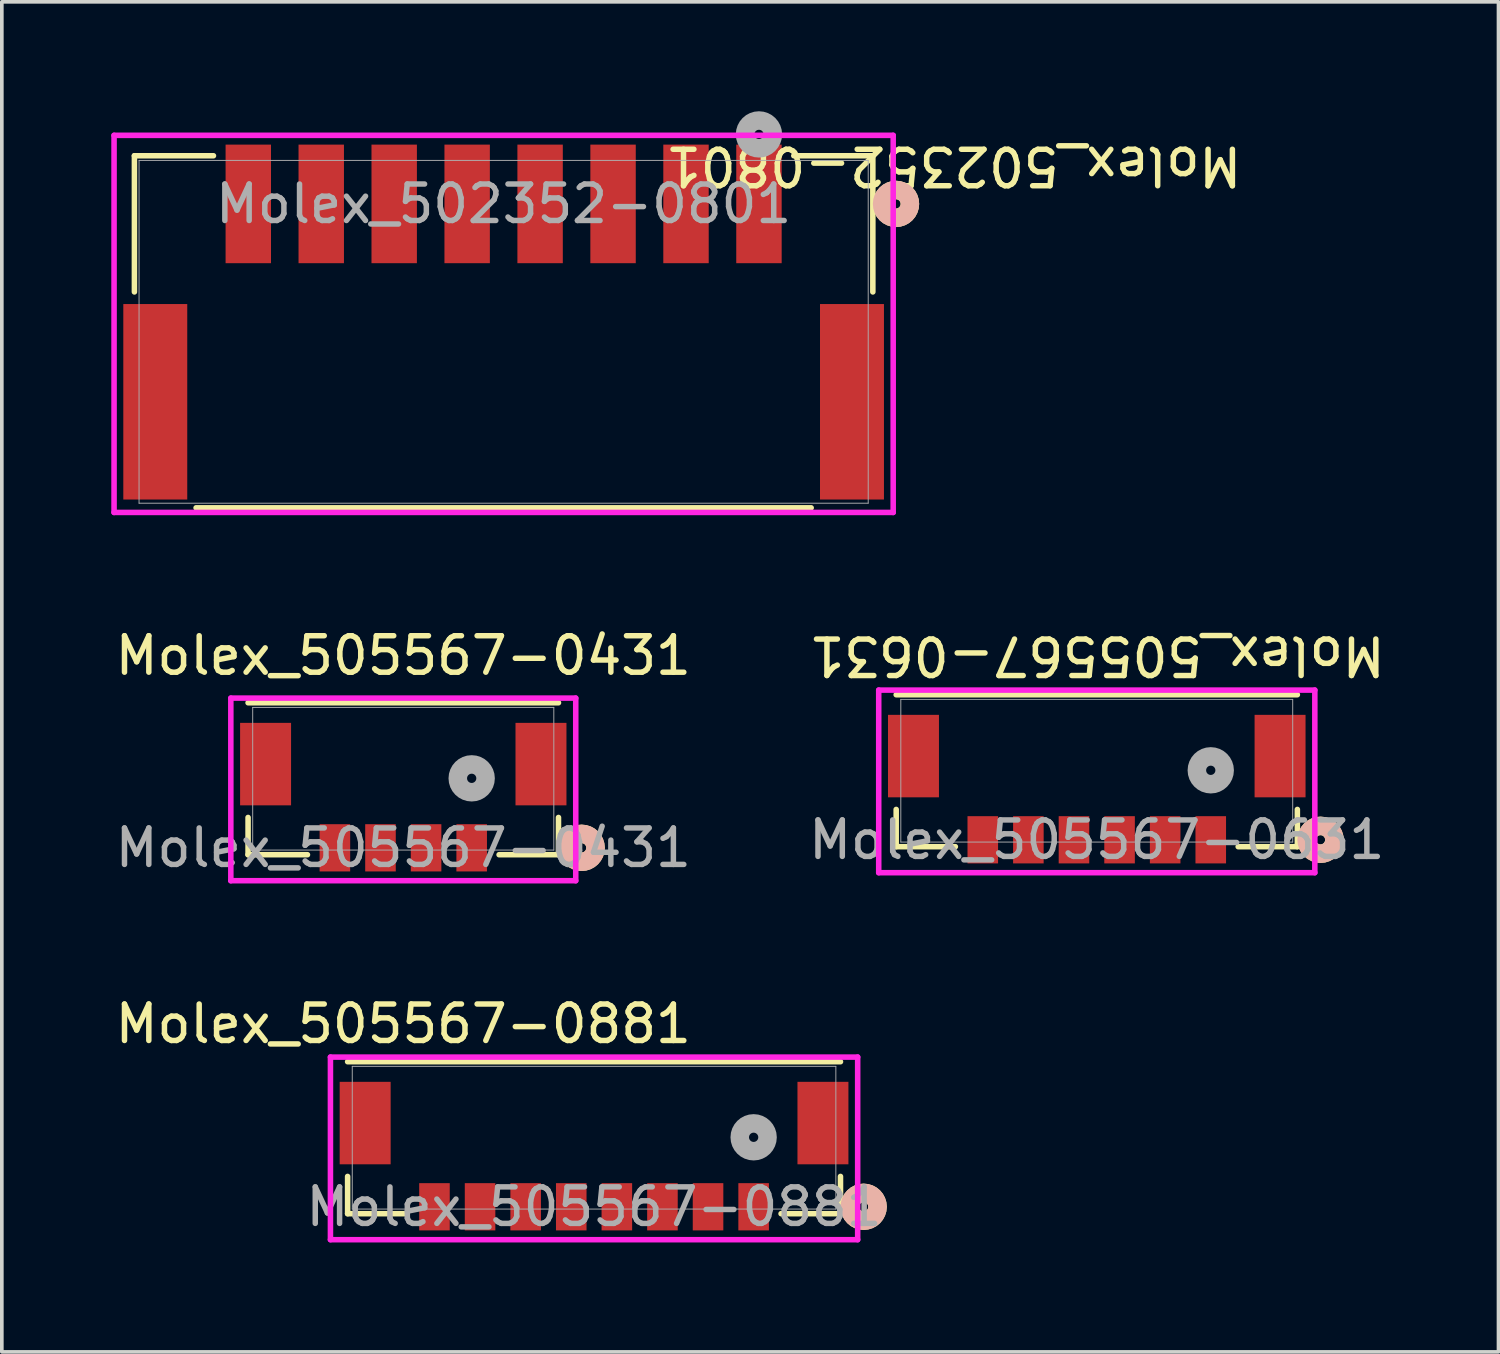
<source format=kicad_pcb>
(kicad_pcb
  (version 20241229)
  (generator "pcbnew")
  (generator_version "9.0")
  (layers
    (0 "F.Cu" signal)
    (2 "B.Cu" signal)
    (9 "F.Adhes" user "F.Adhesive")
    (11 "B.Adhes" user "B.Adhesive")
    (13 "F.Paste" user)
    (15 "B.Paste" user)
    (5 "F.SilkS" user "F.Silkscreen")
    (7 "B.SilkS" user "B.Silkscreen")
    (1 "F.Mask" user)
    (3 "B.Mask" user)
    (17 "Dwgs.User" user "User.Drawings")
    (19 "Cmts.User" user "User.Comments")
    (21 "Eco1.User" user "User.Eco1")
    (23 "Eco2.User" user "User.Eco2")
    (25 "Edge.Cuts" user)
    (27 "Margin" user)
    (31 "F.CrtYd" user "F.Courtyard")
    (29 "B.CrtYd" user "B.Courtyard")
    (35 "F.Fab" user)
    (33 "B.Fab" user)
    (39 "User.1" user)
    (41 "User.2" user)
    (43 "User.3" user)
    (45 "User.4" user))
  (footprint "Molex_505567-0631"
    (layer "F.Cu")
    (at 27.018 18.079)
    (property "Reference" "Molex_505567-0631" (at 0.007 -3.155 180) (unlocked yes) (layer "F.SilkS") (effects (font (size 1 1) (thickness 0.15))))
    (attr smd)
    (fp_line (start -5.499 1.062) (end -5.499 2.083) (stroke (width 0.152) (type solid)) (layer "F.SilkS"))
    (fp_line (start -5.499 2.083) (end -3.877 2.083) (stroke (width 0.152) (type solid)) (layer "F.SilkS"))
    (fp_line (start 3.877 2.083) (end 5.499 2.083) (stroke (width 0.152) (type solid)) (layer "F.SilkS"))
    (fp_line (start 5.499 -2.083) (end -5.499 -2.083) (stroke (width 0.152) (type solid)) (layer "F.SilkS"))
    (fp_line (start 5.499 2.083) (end 5.499 1.062) (stroke (width 0.152) (type solid)) (layer "F.SilkS"))
    (fp_circle (center 6.134 1.894) (end 6.515 1.894) (stroke (width 0.508) (type solid)) (fill no) (layer "F.SilkS"))
    (fp_circle (center 6.134 1.894) (end 6.515 1.894) (stroke (width 0.508) (type solid)) (fill no) (layer "B.SilkS"))
    (fp_line (start -5.978 -2.21) (end -5.978 2.796) (stroke (width 0.152) (type solid)) (layer "F.CrtYd"))
    (fp_line (start -5.978 2.796) (end 5.978 2.796) (stroke (width 0.152) (type solid)) (layer "F.CrtYd"))
    (fp_line (start 5.978 -2.21) (end -5.978 -2.21) (stroke (width 0.152) (type solid)) (layer "F.CrtYd"))
    (fp_line (start 5.978 2.796) (end 5.978 -2.21) (stroke (width 0.152) (type solid)) (layer "F.CrtYd"))
    (fp_line (start -5.372 -1.956) (end -5.372 1.956) (stroke (width 0.025) (type solid)) (layer "F.Fab"))
    (fp_line (start -5.372 1.956) (end 5.372 1.956) (stroke (width 0.025) (type solid)) (layer "F.Fab"))
    (fp_line (start 5.372 -1.956) (end -5.372 -1.956) (stroke (width 0.025) (type solid)) (layer "F.Fab"))
    (fp_line (start 5.372 1.956) (end 5.372 -1.956) (stroke (width 0.025) (type solid)) (layer "F.Fab"))
    (fp_circle (center 3.125 -0.011) (end 3.506 -0.011) (stroke (width 0.508) (type solid)) (fill no) (layer "F.Fab"))
    (fp_text user "${REFERENCE}" (at 0 1.894 0) (unlocked yes) (layer "F.Fab") (effects (font (size 1 1) (thickness 0.15))))
    (pad "1" smd rect (at 3.125 1.894) (size 0.838 1.295) (layers "F.Cu" "F.Mask" "F.Paste"))
    (pad "2" smd rect (at 1.875 1.894) (size 0.838 1.295) (layers "F.Cu" "F.Mask" "F.Paste"))
    (pad "3" smd rect (at 0.625 1.894) (size 0.838 1.295) (layers "F.Cu" "F.Mask" "F.Paste"))
    (pad "4" smd rect (at -0.625 1.894) (size 0.838 1.295) (layers "F.Cu" "F.Mask" "F.Paste"))
    (pad "5" smd rect (at -1.875 1.894) (size 0.838 1.295) (layers "F.Cu" "F.Mask" "F.Paste"))
    (pad "6" smd rect (at -3.125 1.894) (size 0.838 1.295) (layers "F.Cu" "F.Mask" "F.Paste"))
    (pad "7" smd rect (at -5.025 -0.401) (size 1.397 2.261) (layers "F.Cu" "F.Mask" "F.Paste"))
    (pad "8" smd rect (at 5.025 -0.401) (size 1.397 2.261) (layers "F.Cu" "F.Mask" "F.Paste")))
  (footprint "Molex_505567-0881"
    (layer "F.Cu")
    (at 17.611 30.034)
    (property "Reference" "Molex_505567-0881" (at -9.605 -5.014 0) (unlocked yes) (layer "F.SilkS") (effects (font (size 1 1) (thickness 0.15))))
    (attr smd)
    (fp_line (start -11.131 -0.832) (end -11.131 0.189) (stroke (width 0.152) (type solid)) (layer "F.SilkS"))
    (fp_line (start -11.131 0.189) (end -9.502 0.189) (stroke (width 0.152) (type solid)) (layer "F.SilkS"))
    (fp_line (start 0.752 0.189) (end 2.381 0.189) (stroke (width 0.152) (type solid)) (layer "F.SilkS"))
    (fp_line (start 2.381 -3.977) (end -11.131 -3.977) (stroke (width 0.152) (type solid)) (layer "F.SilkS"))
    (fp_line (start 2.381 0.189) (end 2.381 -0.832) (stroke (width 0.152) (type solid)) (layer "F.SilkS"))
    (fp_circle (center 3.016 0) (end 3.397 0) (stroke (width 0.508) (type solid)) (fill no) (layer "F.SilkS"))
    (fp_circle (center 3.016 0) (end 3.397 0) (stroke (width 0.508) (type solid)) (fill no) (layer "B.SilkS"))
    (fp_line (start -11.602 -4.104) (end -11.602 0.902) (stroke (width 0.152) (type solid)) (layer "F.CrtYd"))
    (fp_line (start -11.602 0.902) (end 2.852 0.902) (stroke (width 0.152) (type solid)) (layer "F.CrtYd"))
    (fp_line (start 2.852 -4.104) (end -11.602 -4.104) (stroke (width 0.152) (type solid)) (layer "F.CrtYd"))
    (fp_line (start 2.852 0.902) (end 2.852 -4.104) (stroke (width 0.152) (type solid)) (layer "F.CrtYd"))
    (fp_line (start -11.004 -3.85) (end -11.004 0.062) (stroke (width 0.025) (type solid)) (layer "F.Fab"))
    (fp_line (start -11.004 0.062) (end 2.254 0.062) (stroke (width 0.025) (type solid)) (layer "F.Fab"))
    (fp_line (start 2.254 -3.85) (end -11.004 -3.85) (stroke (width 0.025) (type solid)) (layer "F.Fab"))
    (fp_line (start 2.254 0.062) (end 2.254 -3.85) (stroke (width 0.025) (type solid)) (layer "F.Fab"))
    (fp_circle (center 0 -1.905) (end 0.381 -1.905) (stroke (width 0.508) (type solid)) (fill no) (layer "F.Fab"))
    (fp_text user "${REFERENCE}" (at -4.375 0 0) (unlocked yes) (layer "F.Fab") (effects (font (size 1 1) (thickness 0.15))))
    (pad "1" smd rect (at 0 0) (size 0.838 1.295) (layers "F.Cu" "F.Mask" "F.Paste"))
    (pad "2" smd rect (at -1.25 0) (size 0.838 1.295) (layers "F.Cu" "F.Mask" "F.Paste"))
    (pad "3" smd rect (at -2.5 0) (size 0.838 1.295) (layers "F.Cu" "F.Mask" "F.Paste"))
    (pad "4" smd rect (at -3.75 0) (size 0.838 1.295) (layers "F.Cu" "F.Mask" "F.Paste"))
    (pad "5" smd rect (at -5 0) (size 0.838 1.295) (layers "F.Cu" "F.Mask" "F.Paste"))
    (pad "6" smd rect (at -6.25 0) (size 0.838 1.295) (layers "F.Cu" "F.Mask" "F.Paste"))
    (pad "7" smd rect (at -7.5 0) (size 0.838 1.295) (layers "F.Cu" "F.Mask" "F.Paste"))
    (pad "8" smd rect (at -8.75 0) (size 0.838 1.295) (layers "F.Cu" "F.Mask" "F.Paste"))
    (pad "9" smd rect (at -10.65 -2.295) (size 1.397 2.261) (layers "F.Cu" "F.Mask" "F.Paste"))
    (pad "10" smd rect (at 1.9 -2.295) (size 1.397 2.261) (layers "F.Cu" "F.Mask" "F.Paste")))
  (footprint "Molex_502352-0801"
    (layer "F.Cu")
    (at 10.757 6.046)
    (property "Reference" "Molex_502352-0801" (at 12.336 -4.549 180) (unlocked yes) (layer "F.SilkS") (effects (font (size 1 1) (thickness 0.15))))
    (attr smd)
    (fp_line (start -10.122 -4.826) (end -10.122 -1.093) (stroke (width 0.152) (type solid)) (layer "F.SilkS"))
    (fp_line (start -8.431 4.826) (end 8.431 4.826) (stroke (width 0.152) (type solid)) (layer "F.SilkS"))
    (fp_line (start -7.955 -4.826) (end -10.122 -4.826) (stroke (width 0.152) (type solid)) (layer "F.SilkS"))
    (fp_line (start 10.122 -4.826) (end 7.955 -4.826) (stroke (width 0.152) (type solid)) (layer "F.SilkS"))
    (fp_line (start 10.122 -1.093) (end 10.122 -4.826) (stroke (width 0.152) (type solid)) (layer "F.SilkS"))
    (fp_circle (center 10.757 -3.506) (end 11.138 -3.506) (stroke (width 0.508) (type solid)) (fill no) (layer "F.SilkS"))
    (fp_circle (center 10.757 -3.506) (end 11.138 -3.506) (stroke (width 0.508) (type solid)) (fill no) (layer "B.SilkS"))
    (fp_line (start -10.68 -5.386) (end -10.68 4.953) (stroke (width 0.152) (type solid)) (layer "F.CrtYd"))
    (fp_line (start -10.68 4.953) (end 10.68 4.953) (stroke (width 0.152) (type solid)) (layer "F.CrtYd"))
    (fp_line (start 10.68 -5.386) (end -10.68 -5.386) (stroke (width 0.152) (type solid)) (layer "F.CrtYd"))
    (fp_line (start 10.68 4.953) (end 10.68 -5.386) (stroke (width 0.152) (type solid)) (layer "F.CrtYd"))
    (fp_line (start -9.995 -4.699) (end -9.995 4.699) (stroke (width 0.025) (type solid)) (layer "F.Fab"))
    (fp_line (start -9.995 4.699) (end 9.995 4.699) (stroke (width 0.025) (type solid)) (layer "F.Fab"))
    (fp_line (start 9.995 -4.699) (end -9.995 -4.699) (stroke (width 0.025) (type solid)) (layer "F.Fab"))
    (fp_line (start 9.995 4.699) (end 9.995 -4.699) (stroke (width 0.025) (type solid)) (layer "F.Fab"))
    (fp_circle (center 7 -5.411) (end 7.381 -5.411) (stroke (width 0.508) (type solid)) (fill no) (layer "F.Fab"))
    (fp_text user "${REFERENCE}" (at 0 -3.506 0) (unlocked yes) (layer "F.Fab") (effects (font (size 1 1) (thickness 0.15))))
    (pad "1" smd rect (at 7 -3.506) (size 1.245 3.251) (layers "F.Cu" "F.Mask" "F.Paste"))
    (pad "2" smd rect (at 5 -3.506) (size 1.245 3.251) (layers "F.Cu" "F.Mask" "F.Paste"))
    (pad "3" smd rect (at 3 -3.506) (size 1.245 3.251) (layers "F.Cu" "F.Mask" "F.Paste"))
    (pad "4" smd rect (at 1 -3.506) (size 1.245 3.251) (layers "F.Cu" "F.Mask" "F.Paste"))
    (pad "5" smd rect (at -1 -3.506) (size 1.245 3.251) (layers "F.Cu" "F.Mask" "F.Paste"))
    (pad "6" smd rect (at -3 -3.506) (size 1.245 3.251) (layers "F.Cu" "F.Mask" "F.Paste"))
    (pad "7" smd rect (at -5 -3.506) (size 1.245 3.251) (layers "F.Cu" "F.Mask" "F.Paste"))
    (pad "8" smd rect (at -7 -3.506) (size 1.245 3.251) (layers "F.Cu" "F.Mask" "F.Paste"))
    (pad "9" smd rect (at -9.55 1.919) (size 1.753 5.359) (layers "F.Cu" "F.Mask" "F.Paste"))
    (pad "10" smd rect (at 9.55 1.919) (size 1.753 5.359) (layers "F.Cu" "F.Mask" "F.Paste")))
  (footprint "Molex_505567-0431"
    (layer "F.Cu")
    (at 9.881 20.193)
    (property "Reference" "Molex_505567-0431" (at -1.875 -5.27 0) (unlocked yes) (layer "F.SilkS") (effects (font (size 1 1) (thickness 0.15))))
    (attr smd)
    (fp_line (start -6.13 -0.832) (end -6.13 0.189) (stroke (width 0.152) (type solid)) (layer "F.SilkS"))
    (fp_line (start -6.13 0.189) (end -4.502 0.189) (stroke (width 0.152) (type solid)) (layer "F.SilkS"))
    (fp_line (start 0.752 0.189) (end 2.38 0.189) (stroke (width 0.152) (type solid)) (layer "F.SilkS"))
    (fp_line (start 2.38 -3.977) (end -6.13 -3.977) (stroke (width 0.152) (type solid)) (layer "F.SilkS"))
    (fp_line (start 2.38 0.189) (end 2.38 -0.832) (stroke (width 0.152) (type solid)) (layer "F.SilkS"))
    (fp_circle (center 3.014 0) (end 3.396 0) (stroke (width 0.508) (type solid)) (fill no) (layer "F.SilkS"))
    (fp_circle (center 3.014 0) (end 3.396 0) (stroke (width 0.508) (type solid)) (fill no) (layer "B.SilkS"))
    (fp_line (start -6.603 -4.104) (end -6.603 0.902) (stroke (width 0.152) (type solid)) (layer "F.CrtYd"))
    (fp_line (start -6.603 0.902) (end 2.853 0.902) (stroke (width 0.152) (type solid)) (layer "F.CrtYd"))
    (fp_line (start 2.853 -4.104) (end -6.603 -4.104) (stroke (width 0.152) (type solid)) (layer "F.CrtYd"))
    (fp_line (start 2.853 0.902) (end 2.853 -4.104) (stroke (width 0.152) (type solid)) (layer "F.CrtYd"))
    (fp_line (start -6.003 -3.85) (end -6.003 0.062) (stroke (width 0.025) (type solid)) (layer "F.Fab"))
    (fp_line (start -6.003 0.062) (end 2.252 0.062) (stroke (width 0.025) (type solid)) (layer "F.Fab"))
    (fp_line (start 2.252 -3.85) (end -6.003 -3.85) (stroke (width 0.025) (type solid)) (layer "F.Fab"))
    (fp_line (start 2.252 0.062) (end 2.252 -3.85) (stroke (width 0.025) (type solid)) (layer "F.Fab"))
    (fp_circle (center 0 -1.905) (end 0.381 -1.905) (stroke (width 0.508) (type solid)) (fill no) (layer "F.Fab"))
    (fp_text user "${REFERENCE}" (at -1.875 0 0) (unlocked yes) (layer "F.Fab") (effects (font (size 1 1) (thickness 0.15))))
    (pad "1" smd rect (at 0 0) (size 0.838 1.295) (layers "F.Cu" "F.Mask" "F.Paste"))
    (pad "2" smd rect (at -1.25 0) (size 0.838 1.295) (layers "F.Cu" "F.Mask" "F.Paste"))
    (pad "3" smd rect (at -2.5 0) (size 0.838 1.295) (layers "F.Cu" "F.Mask" "F.Paste"))
    (pad "4" smd rect (at -3.75 0) (size 0.838 1.295) (layers "F.Cu" "F.Mask" "F.Paste"))
    (pad "5" smd rect (at -5.65 -2.295) (size 1.397 2.261) (layers "F.Cu" "F.Mask" "F.Paste"))
    (pad "6" smd rect (at 1.9 -2.295) (size 1.397 2.261) (layers "F.Cu" "F.Mask" "F.Paste")))
  (gr_rect
    (start -3 -3)
    (end 38.031 34.012)
    (stroke (width 0.1) (type default))
    (fill no)
    (layer "Edge.Cuts")))
</source>
